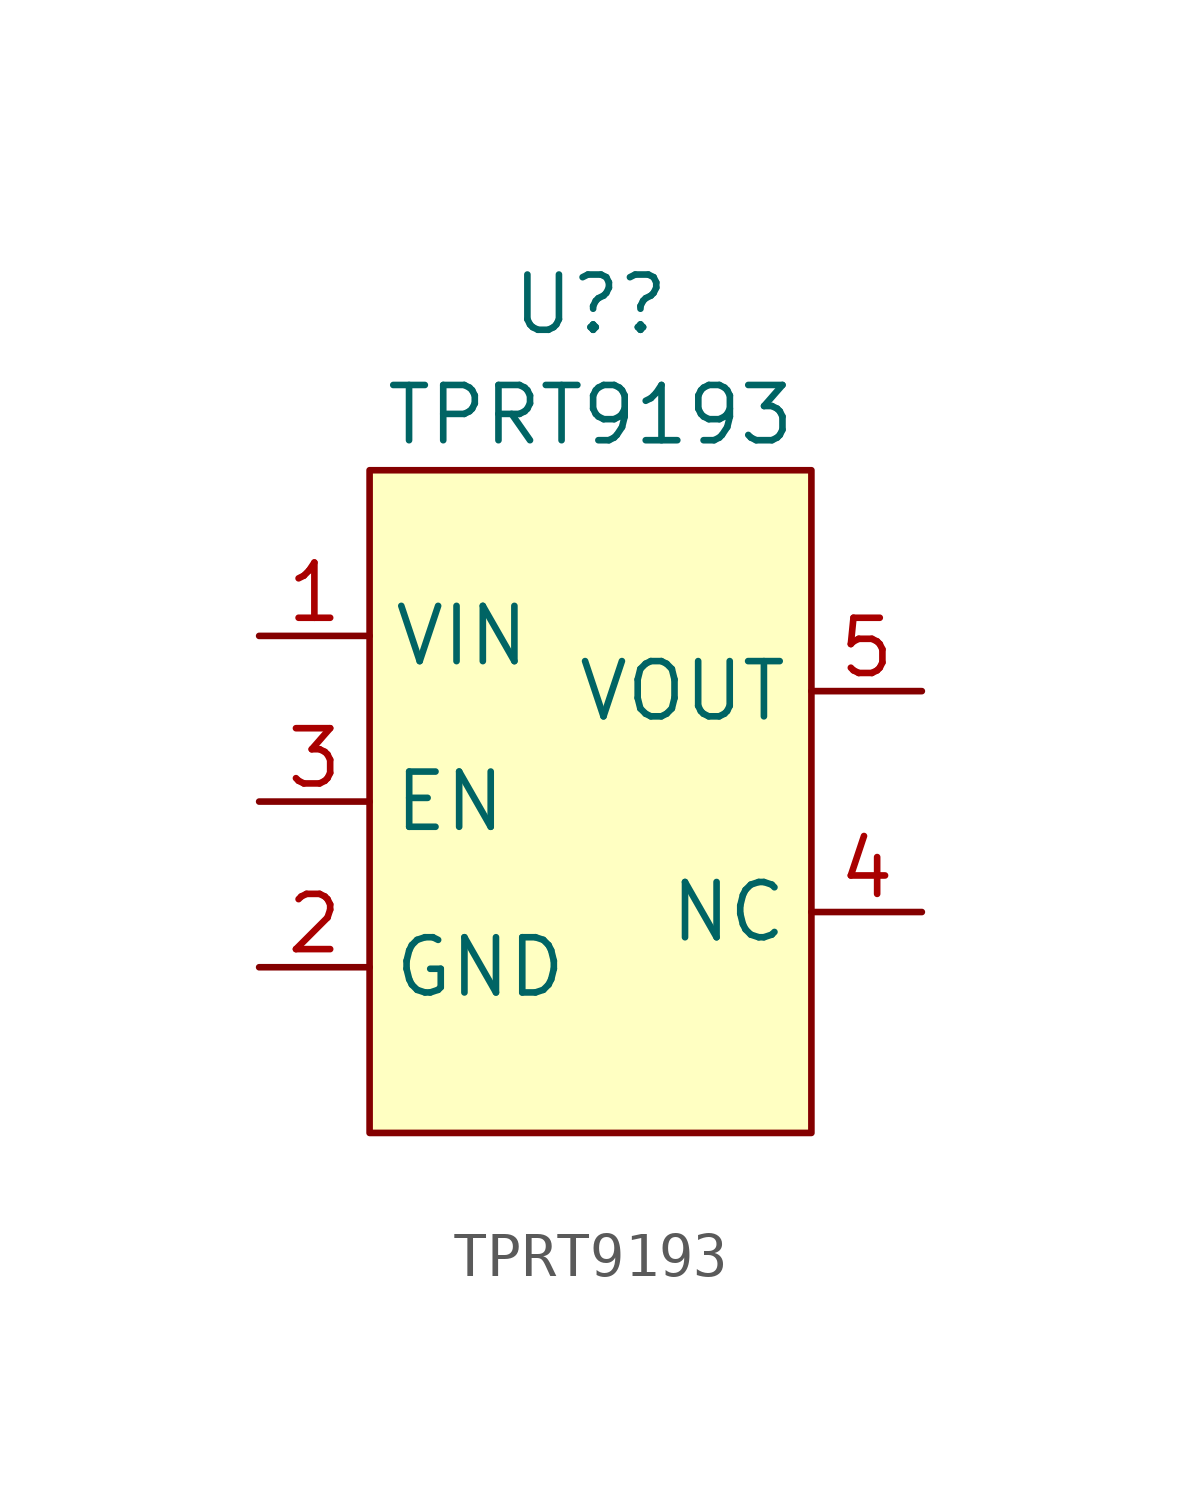
<source format=kicad_sym>
(kicad_symbol_lib
  (version 20211014)
  (generator kicad_symbol_editor)
  (symbol "TPRT9193"
    (property "Reference" "U?"
      (at 0 11.43 0)
      (effects (font (size 1.27 1.27))))
    (property "Value" "TPRT9193"
      (at 0 8.89 0)
      (effects (font (size 1.27 1.27))))
    (symbol "TPRT9193_0_1"
      (rectangle (start -5.08 7.62) (end 5.08 -7.62) (stroke (width 0) (type default) (color 0 0 0 0)) (fill (type background))))
    (symbol "TPRT9193_1_1"
      (pin input line (at -7.62 3.81 0) (length 2.54) (name "VIN" (effects (font (size 1.27 1.27)))) (number "1" (effects (font (size 1.27 1.27)))))
      (pin input line (at -7.62 -3.81 0) (length 2.54) (name "GND" (effects (font (size 1.27 1.27)))) (number "2" (effects (font (size 1.27 1.27)))))
      (pin input line (at -7.62 0 0) (length 2.54) (name "EN" (effects (font (size 1.27 1.27)))) (number "3" (effects (font (size 1.27 1.27)))))
      (pin input line (at 7.62 -2.54 180) (length 2.54) (name "NC" (effects (font (size 1.27 1.27)))) (number "4" (effects (font (size 1.27 1.27)))))
      (pin input line (at 7.62 2.54 180) (length 2.54) (name "VOUT" (effects (font (size 1.27 1.27)))) (number "5" (effects (font (size 1.27 1.27))))))))
</source>
